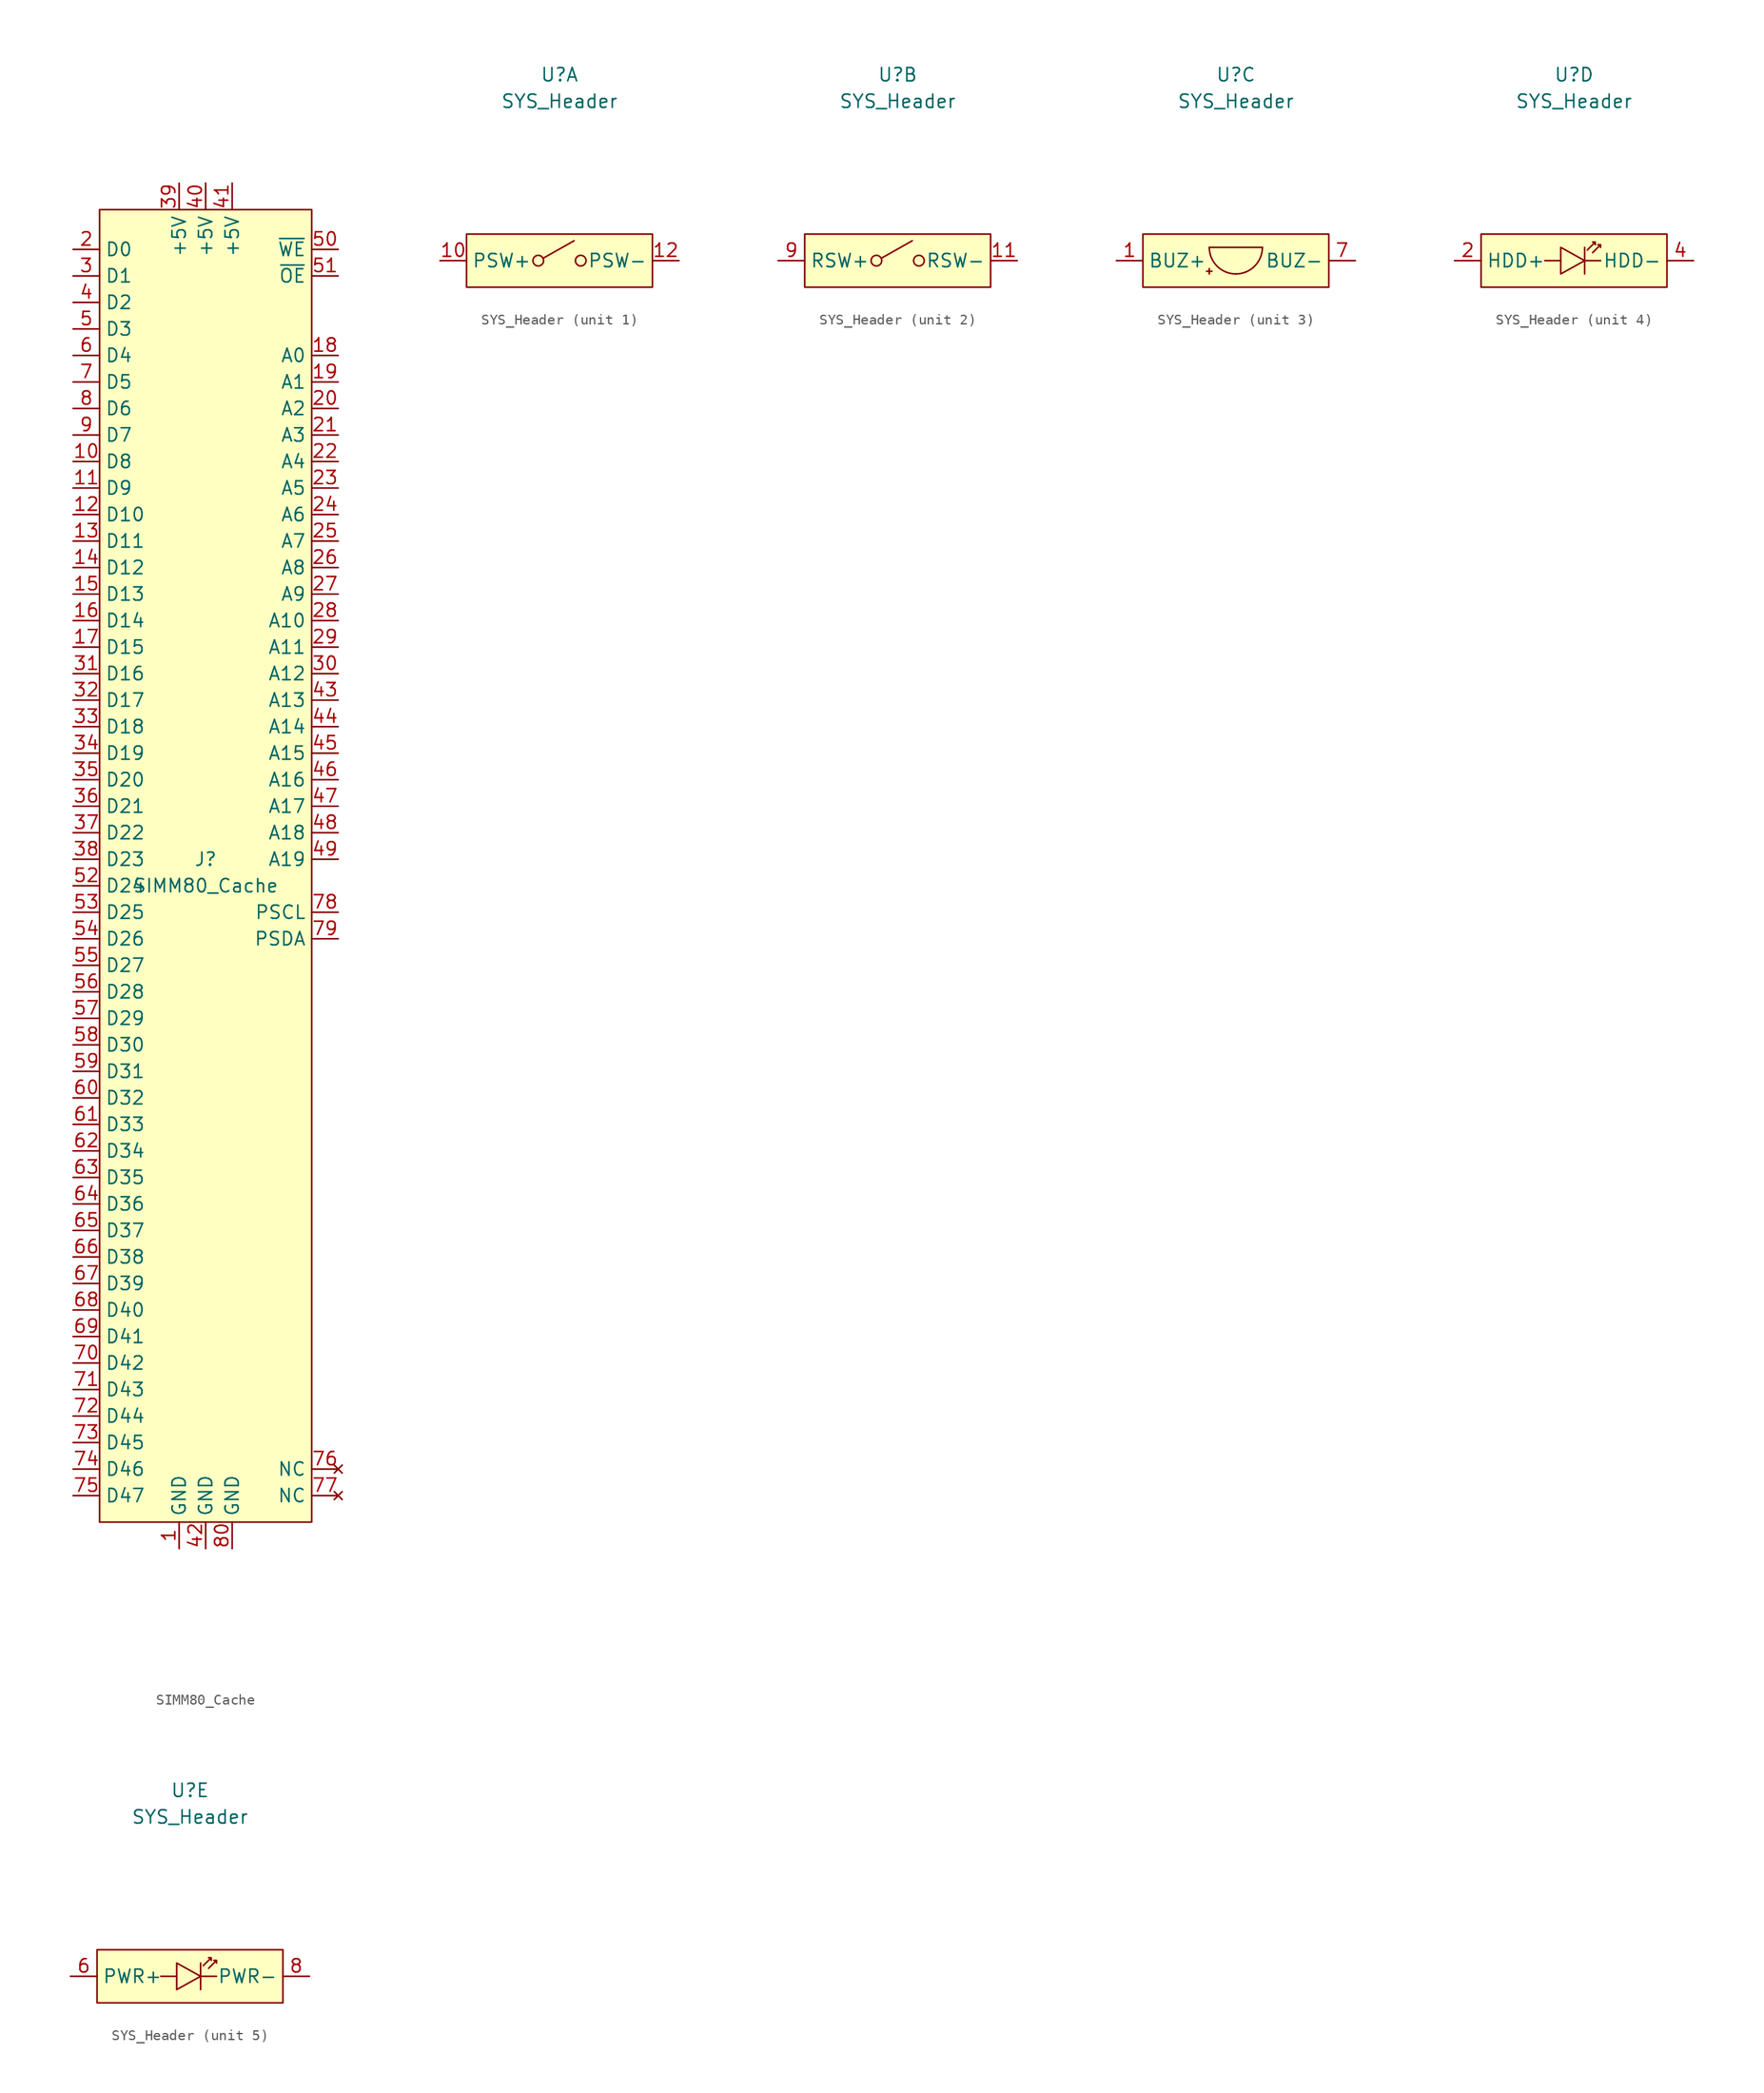
<source format=kicad_sym>
(kicad_symbol_lib
  (version 20220914)
  (generator kicad_symbol_editor)
  (symbol "SIMM80_Cache"
    (property "Reference" "J"
      (at 0 1.27 0)
      (effects (font (size 1.27 1.27))))
    (property "Value" "SIMM80_Cache"
      (at 0 -1.27 0)
      (effects (font (size 1.27 1.27))))
    (symbol "SIMM80_Cache_0_0"
      (pin passive line (at -2.54 -64.77 90) (length 2.54) (name "GND" (effects (font (size 1.27 1.27)))) (number "1" (effects (font (size 1.27 1.27)))))
      (pin passive line (at -12.7 39.37 0) (length 2.54) (name "D8" (effects (font (size 1.27 1.27)))) (number "10" (effects (font (size 1.27 1.27)))))
      (pin passive line (at -12.7 36.83 0) (length 2.54) (name "D9" (effects (font (size 1.27 1.27)))) (number "11" (effects (font (size 1.27 1.27)))))
      (pin passive line (at -12.7 34.29 0) (length 2.54) (name "D10" (effects (font (size 1.27 1.27)))) (number "12" (effects (font (size 1.27 1.27)))))
      (pin passive line (at -12.7 31.75 0) (length 2.54) (name "D11" (effects (font (size 1.27 1.27)))) (number "13" (effects (font (size 1.27 1.27)))))
      (pin passive line (at -12.7 29.21 0) (length 2.54) (name "D12" (effects (font (size 1.27 1.27)))) (number "14" (effects (font (size 1.27 1.27)))))
      (pin passive line (at -12.7 26.67 0) (length 2.54) (name "D13" (effects (font (size 1.27 1.27)))) (number "15" (effects (font (size 1.27 1.27)))))
      (pin passive line (at -12.7 24.13 0) (length 2.54) (name "D14" (effects (font (size 1.27 1.27)))) (number "16" (effects (font (size 1.27 1.27)))))
      (pin passive line (at -12.7 21.59 0) (length 2.54) (name "D15" (effects (font (size 1.27 1.27)))) (number "17" (effects (font (size 1.27 1.27)))))
      (pin passive line (at 12.7 49.53 180) (length 2.54) (name "A0" (effects (font (size 1.27 1.27)))) (number "18" (effects (font (size 1.27 1.27)))))
      (pin passive line (at 12.7 46.99 180) (length 2.54) (name "A1" (effects (font (size 1.27 1.27)))) (number "19" (effects (font (size 1.27 1.27)))))
      (pin passive line (at -12.7 59.69 0) (length 2.54) (name "D0" (effects (font (size 1.27 1.27)))) (number "2" (effects (font (size 1.27 1.27)))))
      (pin passive line (at 12.7 44.45 180) (length 2.54) (name "A2" (effects (font (size 1.27 1.27)))) (number "20" (effects (font (size 1.27 1.27)))))
      (pin passive line (at 12.7 41.91 180) (length 2.54) (name "A3" (effects (font (size 1.27 1.27)))) (number "21" (effects (font (size 1.27 1.27)))))
      (pin passive line (at 12.7 39.37 180) (length 2.54) (name "A4" (effects (font (size 1.27 1.27)))) (number "22" (effects (font (size 1.27 1.27)))))
      (pin passive line (at 12.7 36.83 180) (length 2.54) (name "A5" (effects (font (size 1.27 1.27)))) (number "23" (effects (font (size 1.27 1.27)))))
      (pin passive line (at 12.7 34.29 180) (length 2.54) (name "A6" (effects (font (size 1.27 1.27)))) (number "24" (effects (font (size 1.27 1.27)))))
      (pin passive line (at 12.7 31.75 180) (length 2.54) (name "A7" (effects (font (size 1.27 1.27)))) (number "25" (effects (font (size 1.27 1.27)))))
      (pin passive line (at 12.7 29.21 180) (length 2.54) (name "A8" (effects (font (size 1.27 1.27)))) (number "26" (effects (font (size 1.27 1.27)))))
      (pin passive line (at 12.7 26.67 180) (length 2.54) (name "A9" (effects (font (size 1.27 1.27)))) (number "27" (effects (font (size 1.27 1.27)))))
      (pin passive line (at 12.7 24.13 180) (length 2.54) (name "A10" (effects (font (size 1.27 1.27)))) (number "28" (effects (font (size 1.27 1.27)))))
      (pin passive line (at 12.7 21.59 180) (length 2.54) (name "A11" (effects (font (size 1.27 1.27)))) (number "29" (effects (font (size 1.27 1.27)))))
      (pin passive line (at -12.7 57.15 0) (length 2.54) (name "D1" (effects (font (size 1.27 1.27)))) (number "3" (effects (font (size 1.27 1.27)))))
      (pin passive line (at 12.7 19.05 180) (length 2.54) (name "A12" (effects (font (size 1.27 1.27)))) (number "30" (effects (font (size 1.27 1.27)))))
      (pin passive line (at -12.7 19.05 0) (length 2.54) (name "D16" (effects (font (size 1.27 1.27)))) (number "31" (effects (font (size 1.27 1.27)))))
      (pin passive line (at -12.7 16.51 0) (length 2.54) (name "D17" (effects (font (size 1.27 1.27)))) (number "32" (effects (font (size 1.27 1.27)))))
      (pin passive line (at -12.7 13.97 0) (length 2.54) (name "D18" (effects (font (size 1.27 1.27)))) (number "33" (effects (font (size 1.27 1.27)))))
      (pin passive line (at -12.7 11.43 0) (length 2.54) (name "D19" (effects (font (size 1.27 1.27)))) (number "34" (effects (font (size 1.27 1.27)))))
      (pin passive line (at -12.7 8.89 0) (length 2.54) (name "D20" (effects (font (size 1.27 1.27)))) (number "35" (effects (font (size 1.27 1.27)))))
      (pin passive line (at -12.7 6.35 0) (length 2.54) (name "D21" (effects (font (size 1.27 1.27)))) (number "36" (effects (font (size 1.27 1.27)))))
      (pin passive line (at -12.7 3.81 0) (length 2.54) (name "D22" (effects (font (size 1.27 1.27)))) (number "37" (effects (font (size 1.27 1.27)))))
      (pin passive line (at -12.7 1.27 0) (length 2.54) (name "D23" (effects (font (size 1.27 1.27)))) (number "38" (effects (font (size 1.27 1.27)))))
      (pin passive line (at -2.54 66.04 270) (length 2.54) (name "+5V" (effects (font (size 1.27 1.27)))) (number "39" (effects (font (size 1.27 1.27)))))
      (pin passive line (at -12.7 54.61 0) (length 2.54) (name "D2" (effects (font (size 1.27 1.27)))) (number "4" (effects (font (size 1.27 1.27)))))
      (pin passive line (at 0 66.04 270) (length 2.54) (name "+5V" (effects (font (size 1.27 1.27)))) (number "40" (effects (font (size 1.27 1.27)))))
      (pin passive line (at 2.54 66.04 270) (length 2.54) (name "+5V" (effects (font (size 1.27 1.27)))) (number "41" (effects (font (size 1.27 1.27)))))
      (pin passive line (at 0 -64.77 90) (length 2.54) (name "GND" (effects (font (size 1.27 1.27)))) (number "42" (effects (font (size 1.27 1.27)))))
      (pin passive line (at 12.7 16.51 180) (length 2.54) (name "A13" (effects (font (size 1.27 1.27)))) (number "43" (effects (font (size 1.27 1.27)))))
      (pin passive line (at -12.7 52.07 0) (length 2.54) (name "D3" (effects (font (size 1.27 1.27)))) (number "5" (effects (font (size 1.27 1.27)))))
      (pin passive line (at -12.7 -1.27 0) (length 2.54) (name "D24" (effects (font (size 1.27 1.27)))) (number "52" (effects (font (size 1.27 1.27)))))
      (pin passive line (at -12.7 -3.81 0) (length 2.54) (name "D25" (effects (font (size 1.27 1.27)))) (number "53" (effects (font (size 1.27 1.27)))))
      (pin passive line (at -12.7 -6.35 0) (length 2.54) (name "D26" (effects (font (size 1.27 1.27)))) (number "54" (effects (font (size 1.27 1.27)))))
      (pin passive line (at -12.7 -8.89 0) (length 2.54) (name "D27" (effects (font (size 1.27 1.27)))) (number "55" (effects (font (size 1.27 1.27)))))
      (pin passive line (at -12.7 -11.43 0) (length 2.54) (name "D28" (effects (font (size 1.27 1.27)))) (number "56" (effects (font (size 1.27 1.27)))))
      (pin passive line (at -12.7 -13.97 0) (length 2.54) (name "D29" (effects (font (size 1.27 1.27)))) (number "57" (effects (font (size 1.27 1.27)))))
      (pin passive line (at -12.7 -16.51 0) (length 2.54) (name "D30" (effects (font (size 1.27 1.27)))) (number "58" (effects (font (size 1.27 1.27)))))
      (pin passive line (at -12.7 -19.05 0) (length 2.54) (name "D31" (effects (font (size 1.27 1.27)))) (number "59" (effects (font (size 1.27 1.27)))))
      (pin passive line (at -12.7 49.53 0) (length 2.54) (name "D4" (effects (font (size 1.27 1.27)))) (number "6" (effects (font (size 1.27 1.27)))))
      (pin passive line (at -12.7 -21.59 0) (length 2.54) (name "D32" (effects (font (size 1.27 1.27)))) (number "60" (effects (font (size 1.27 1.27)))))
      (pin passive line (at -12.7 -24.13 0) (length 2.54) (name "D33" (effects (font (size 1.27 1.27)))) (number "61" (effects (font (size 1.27 1.27)))))
      (pin passive line (at -12.7 -26.67 0) (length 2.54) (name "D34" (effects (font (size 1.27 1.27)))) (number "62" (effects (font (size 1.27 1.27)))))
      (pin passive line (at -12.7 -29.21 0) (length 2.54) (name "D35" (effects (font (size 1.27 1.27)))) (number "63" (effects (font (size 1.27 1.27)))))
      (pin passive line (at -12.7 -31.75 0) (length 2.54) (name "D36" (effects (font (size 1.27 1.27)))) (number "64" (effects (font (size 1.27 1.27)))))
      (pin passive line (at -12.7 -34.29 0) (length 2.54) (name "D37" (effects (font (size 1.27 1.27)))) (number "65" (effects (font (size 1.27 1.27)))))
      (pin passive line (at -12.7 -36.83 0) (length 2.54) (name "D38" (effects (font (size 1.27 1.27)))) (number "66" (effects (font (size 1.27 1.27)))))
      (pin passive line (at -12.7 -39.37 0) (length 2.54) (name "D39" (effects (font (size 1.27 1.27)))) (number "67" (effects (font (size 1.27 1.27)))))
      (pin passive line (at -12.7 -41.91 0) (length 2.54) (name "D40" (effects (font (size 1.27 1.27)))) (number "68" (effects (font (size 1.27 1.27)))))
      (pin passive line (at -12.7 -44.45 0) (length 2.54) (name "D41" (effects (font (size 1.27 1.27)))) (number "69" (effects (font (size 1.27 1.27)))))
      (pin passive line (at -12.7 46.99 0) (length 2.54) (name "D5" (effects (font (size 1.27 1.27)))) (number "7" (effects (font (size 1.27 1.27)))))
      (pin passive line (at -12.7 -46.99 0) (length 2.54) (name "D42" (effects (font (size 1.27 1.27)))) (number "70" (effects (font (size 1.27 1.27)))))
      (pin passive line (at -12.7 -49.53 0) (length 2.54) (name "D43" (effects (font (size 1.27 1.27)))) (number "71" (effects (font (size 1.27 1.27)))))
      (pin passive line (at -12.7 -52.07 0) (length 2.54) (name "D44" (effects (font (size 1.27 1.27)))) (number "72" (effects (font (size 1.27 1.27)))))
      (pin passive line (at -12.7 -54.61 0) (length 2.54) (name "D45" (effects (font (size 1.27 1.27)))) (number "73" (effects (font (size 1.27 1.27)))))
      (pin passive line (at -12.7 -57.15 0) (length 2.54) (name "D46" (effects (font (size 1.27 1.27)))) (number "74" (effects (font (size 1.27 1.27)))))
      (pin passive line (at -12.7 -59.69 0) (length 2.54) (name "D47" (effects (font (size 1.27 1.27)))) (number "75" (effects (font (size 1.27 1.27)))))
      (pin passive line (at -12.7 44.45 0) (length 2.54) (name "D6" (effects (font (size 1.27 1.27)))) (number "8" (effects (font (size 1.27 1.27)))))
      (pin passive line (at -12.7 41.91 0) (length 2.54) (name "D7" (effects (font (size 1.27 1.27)))) (number "9" (effects (font (size 1.27 1.27))))))
    (symbol "SIMM80_Cache_1_0"
      (pin passive line (at 12.7 13.97 180) (length 2.54) (name "A14" (effects (font (size 1.27 1.27)))) (number "44" (effects (font (size 1.27 1.27)))))
      (pin passive line (at 12.7 11.43 180) (length 2.54) (name "A15" (effects (font (size 1.27 1.27)))) (number "45" (effects (font (size 1.27 1.27)))))
      (pin passive line (at 12.7 8.89 180) (length 2.54) (name "A16" (effects (font (size 1.27 1.27)))) (number "46" (effects (font (size 1.27 1.27)))))
      (pin passive line (at 12.7 6.35 180) (length 2.54) (name "A17" (effects (font (size 1.27 1.27)))) (number "47" (effects (font (size 1.27 1.27)))))
      (pin passive line (at 12.7 3.81 180) (length 2.54) (name "A18" (effects (font (size 1.27 1.27)))) (number "48" (effects (font (size 1.27 1.27)))))
      (pin passive line (at 12.7 1.27 180) (length 2.54) (name "A19" (effects (font (size 1.27 1.27)))) (number "49" (effects (font (size 1.27 1.27)))))
      (pin passive line (at 12.7 59.69 180) (length 2.54) (name "~{WE}" (effects (font (size 1.27 1.27)))) (number "50" (effects (font (size 1.27 1.27)))))
      (pin passive line (at 12.7 57.15 180) (length 2.54) (name "~{OE}" (effects (font (size 1.27 1.27)))) (number "51" (effects (font (size 1.27 1.27)))))
      (pin no_connect line (at 12.7 -57.15 180) (length 2.54) (name "NC" (effects (font (size 1.27 1.27)))) (number "76" (effects (font (size 1.27 1.27)))))
      (pin no_connect line (at 12.7 -59.69 180) (length 2.54) (name "NC" (effects (font (size 1.27 1.27)))) (number "77" (effects (font (size 1.27 1.27)))))
      (pin passive line (at 12.7 -3.81 180) (length 2.54) (name "PSCL" (effects (font (size 1.27 1.27)))) (number "78" (effects (font (size 1.27 1.27)))))
      (pin passive line (at 12.7 -6.35 180) (length 2.54) (name "PSDA" (effects (font (size 1.27 1.27)))) (number "79" (effects (font (size 1.27 1.27)))))
      (pin passive line (at 2.54 -64.77 90) (length 2.54) (name "GND" (effects (font (size 1.27 1.27)))) (number "80" (effects (font (size 1.27 1.27))))))
    (symbol "SIMM80_Cache_1_1"
      (rectangle (start -10.16 63.5) (end 10.16 -62.23) (stroke (width 0) (type default)) (fill (type background)))))
  (symbol "SYS_Header"
    (property "Reference" "U"
      (at 0 17.78 0)
      (effects (font (size 1.27 1.27))))
    (property "Value" "SYS_Header"
      (at 0 15.24 0)
      (effects (font (size 1.27 1.27))))
    (symbol "SYS_Header_1_1"
      (rectangle (start -8.89 2.54) (end 8.89 -2.54) (stroke (width 0) (type default)) (fill (type background)))
      (circle (center -2.032 0) (radius 0.508) (stroke (width 0) (type default)) (fill (type none)))
      (polyline (pts (xy -1.524 0.254) (xy 1.397 1.905)) (stroke (width 0) (type default)) (fill (type none)))
      (circle (center 2.032 0) (radius 0.508) (stroke (width 0) (type default)) (fill (type none)))
      (pin passive line (at -11.43 0 0) (length 2.54) (name "PSW+" (effects (font (size 1.27 1.27)))) (number "10" (effects (font (size 1.27 1.27)))))
      (pin passive line (at 11.43 0 180) (length 2.54) (name "PSW-" (effects (font (size 1.27 1.27)))) (number "12" (effects (font (size 1.27 1.27))))))
    (symbol "SYS_Header_2_1"
      (rectangle (start -8.89 2.54) (end 8.89 -2.54) (stroke (width 0) (type default)) (fill (type background)))
      (circle (center -2.032 0) (radius 0.508) (stroke (width 0) (type default)) (fill (type none)))
      (polyline (pts (xy -1.524 0.254) (xy 1.397 1.905)) (stroke (width 0) (type default)) (fill (type none)))
      (circle (center 2.032 0) (radius 0.508) (stroke (width 0) (type default)) (fill (type none)))
      (pin passive line (at 11.43 0 180) (length 2.54) (name "RSW-" (effects (font (size 1.27 1.27)))) (number "11" (effects (font (size 1.27 1.27)))))
      (pin passive line (at -11.43 0 0) (length 2.54) (name "RSW+" (effects (font (size 1.27 1.27)))) (number "9" (effects (font (size 1.27 1.27))))))
    (symbol "SYS_Header_3_1"
      (rectangle (start -8.89 2.54) (end 8.89 -2.54) (stroke (width 0) (type default)) (fill (type background)))
      (arc (start -2.54 1.27) (mid -1.7961 -0.5261) (end 0 -1.27) (stroke (width 0) (type default)) (fill (type none)))
      (arc (start 0 -1.27) (mid 1.7961 -0.5261) (end 2.54 1.27) (stroke (width 0) (type default)) (fill (type none)))
      (polyline (pts (xy -2.794 -1.016) (xy -2.286 -1.016)) (stroke (width 0) (type default)) (fill (type none)))
      (polyline (pts (xy -2.54 -0.762) (xy -2.54 -1.27)) (stroke (width 0) (type default)) (fill (type none)))
      (polyline (pts (xy -2.54 1.27) (xy 2.54 1.27)) (stroke (width 0) (type default)) (fill (type none)))
      (pin passive line (at -11.43 0 0) (length 2.54) (name "BUZ+" (effects (font (size 1.27 1.27)))) (number "1" (effects (font (size 1.27 1.27)))))
      (pin passive line (at 11.43 0 180) (length 2.54) (name "BUZ-" (effects (font (size 1.27 1.27)))) (number "7" (effects (font (size 1.27 1.27))))))
    (symbol "SYS_Header_4_1"
      (rectangle (start -8.89 2.54) (end 8.89 -2.54) (stroke (width 0) (type default)) (fill (type background)))
      (polyline (pts (xy -2.794 0) (xy -1.27 0)) (stroke (width 0) (type default)) (fill (type none)))
      (polyline (pts (xy 1.016 0) (xy 2.54 0)) (stroke (width 0) (type default)) (fill (type none)))
      (polyline (pts (xy 1.016 1.27) (xy 1.016 -1.27)) (stroke (width 0) (type default)) (fill (type none)))
      (polyline (pts (xy -1.27 1.27) (xy -1.27 -1.27) (xy 1.016 0) (xy -1.27 1.27)) (stroke (width 0) (type default)) (fill (type none)))
      (polyline (pts (xy 1.27 1.016) (xy 2.032 1.778) (xy 1.778 1.778) (xy 2.032 1.778) (xy 2.032 1.524)) (stroke (width 0) (type default)) (fill (type none)))
      (polyline (pts (xy 1.778 0.762) (xy 2.54 1.524) (xy 2.286 1.524) (xy 2.54 1.524) (xy 2.54 1.27)) (stroke (width 0) (type default)) (fill (type none)))
      (pin passive line (at -11.43 0 0) (length 2.54) (name "HDD+" (effects (font (size 1.27 1.27)))) (number "2" (effects (font (size 1.27 1.27)))))
      (pin passive line (at 11.43 0 180) (length 2.54) (name "HDD-" (effects (font (size 1.27 1.27)))) (number "4" (effects (font (size 1.27 1.27))))))
    (symbol "SYS_Header_5_1"
      (rectangle (start -8.89 2.54) (end 8.89 -2.54) (stroke (width 0) (type default)) (fill (type background)))
      (polyline (pts (xy -2.794 0) (xy -1.27 0)) (stroke (width 0) (type default)) (fill (type none)))
      (polyline (pts (xy 1.016 0) (xy 2.54 0)) (stroke (width 0) (type default)) (fill (type none)))
      (polyline (pts (xy 1.016 1.27) (xy 1.016 -1.27)) (stroke (width 0) (type default)) (fill (type none)))
      (polyline (pts (xy -1.27 1.27) (xy -1.27 -1.27) (xy 1.016 0) (xy -1.27 1.27)) (stroke (width 0) (type default)) (fill (type none)))
      (polyline (pts (xy 1.27 1.016) (xy 2.032 1.778) (xy 1.778 1.778) (xy 2.032 1.778) (xy 2.032 1.524)) (stroke (width 0) (type default)) (fill (type none)))
      (polyline (pts (xy 1.778 0.762) (xy 2.54 1.524) (xy 2.286 1.524) (xy 2.54 1.524) (xy 2.54 1.27)) (stroke (width 0) (type default)) (fill (type none)))
      (pin passive line (at -11.43 0 0) (length 2.54) (name "PWR+" (effects (font (size 1.27 1.27)))) (number "6" (effects (font (size 1.27 1.27)))))
      (pin passive line (at 11.43 0 180) (length 2.54) (name "PWR-" (effects (font (size 1.27 1.27)))) (number "8" (effects (font (size 1.27 1.27))))))))
</source>
